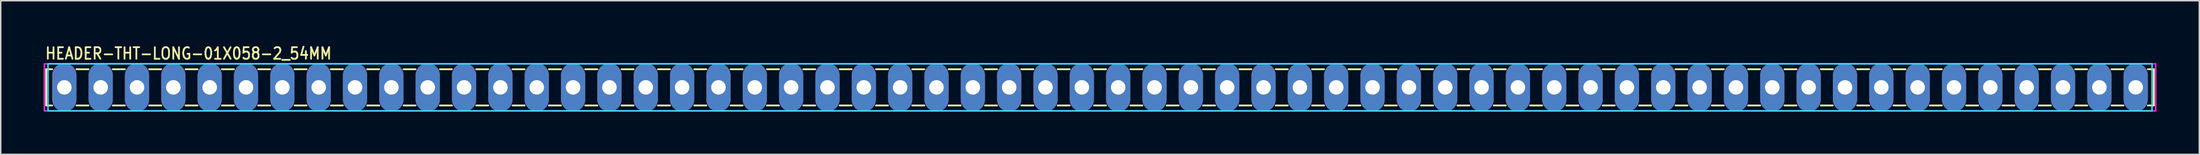
<source format=kicad_pcb>
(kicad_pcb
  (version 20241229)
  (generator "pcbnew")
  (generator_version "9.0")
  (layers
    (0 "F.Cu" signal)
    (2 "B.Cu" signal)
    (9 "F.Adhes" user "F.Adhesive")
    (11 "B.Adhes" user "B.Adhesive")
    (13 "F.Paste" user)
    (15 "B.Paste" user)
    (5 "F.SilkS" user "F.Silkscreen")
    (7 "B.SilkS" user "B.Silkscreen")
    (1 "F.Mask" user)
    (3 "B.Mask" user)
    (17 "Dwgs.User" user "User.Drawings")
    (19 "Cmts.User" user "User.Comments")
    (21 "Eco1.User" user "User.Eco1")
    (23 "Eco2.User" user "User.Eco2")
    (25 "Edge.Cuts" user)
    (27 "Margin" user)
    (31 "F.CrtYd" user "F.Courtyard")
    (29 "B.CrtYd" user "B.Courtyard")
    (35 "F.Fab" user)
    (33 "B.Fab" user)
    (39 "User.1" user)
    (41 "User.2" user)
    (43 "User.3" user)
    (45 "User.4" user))
  (footprint "HEADER-THT-LONG-01X058-2_54MM"
    (layer "F.Cu")
    (at 1.447 3.079)
    (property "Reference" "HEADER-THT-LONG-01X058-2_54MM" (at -1.4 -1.9 0) (unlocked yes) (layer "F.SilkS") (effects (font (size 0.813 0.695) (thickness 0.122)) (justify left bottom)))
    (fp_line (start -1.27 -1.27) (end -1.27 1.27) (stroke (width 0.127) (type solid)) (layer "F.SilkS"))
    (fp_line (start -1.27 1.27) (end -0.85 1.27) (stroke (width 0.127) (type solid)) (layer "F.SilkS"))
    (fp_line (start -0.85 -1.27) (end -1.27 -1.27) (stroke (width 0.127) (type solid)) (layer "F.SilkS"))
    (fp_line (start 0.85 -1.27) (end 1.69 -1.27) (stroke (width 0.127) (type solid)) (layer "F.SilkS"))
    (fp_line (start 0.85 1.27) (end 1.69 1.27) (stroke (width 0.127) (type solid)) (layer "F.SilkS"))
    (fp_line (start 3.39 -1.27) (end 4.23 -1.27) (stroke (width 0.127) (type solid)) (layer "F.SilkS"))
    (fp_line (start 3.39 1.27) (end 4.23 1.27) (stroke (width 0.127) (type solid)) (layer "F.SilkS"))
    (fp_line (start 5.93 -1.27) (end 6.77 -1.27) (stroke (width 0.127) (type solid)) (layer "F.SilkS"))
    (fp_line (start 5.93 1.27) (end 6.77 1.27) (stroke (width 0.127) (type solid)) (layer "F.SilkS"))
    (fp_line (start 8.47 -1.27) (end 9.31 -1.27) (stroke (width 0.127) (type solid)) (layer "F.SilkS"))
    (fp_line (start 8.47 1.27) (end 9.31 1.27) (stroke (width 0.127) (type solid)) (layer "F.SilkS"))
    (fp_line (start 11.01 -1.27) (end 11.85 -1.27) (stroke (width 0.127) (type solid)) (layer "F.SilkS"))
    (fp_line (start 11.01 1.27) (end 11.85 1.27) (stroke (width 0.127) (type solid)) (layer "F.SilkS"))
    (fp_line (start 13.55 -1.27) (end 14.39 -1.27) (stroke (width 0.127) (type solid)) (layer "F.SilkS"))
    (fp_line (start 13.55 1.27) (end 14.39 1.27) (stroke (width 0.127) (type solid)) (layer "F.SilkS"))
    (fp_line (start 16.09 -1.27) (end 16.93 -1.27) (stroke (width 0.127) (type solid)) (layer "F.SilkS"))
    (fp_line (start 16.09 1.27) (end 16.93 1.27) (stroke (width 0.127) (type solid)) (layer "F.SilkS"))
    (fp_line (start 18.63 -1.27) (end 19.47 -1.27) (stroke (width 0.127) (type solid)) (layer "F.SilkS"))
    (fp_line (start 18.63 1.27) (end 19.47 1.27) (stroke (width 0.127) (type solid)) (layer "F.SilkS"))
    (fp_line (start 21.17 -1.27) (end 22.01 -1.27) (stroke (width 0.127) (type solid)) (layer "F.SilkS"))
    (fp_line (start 21.17 1.27) (end 22.01 1.27) (stroke (width 0.127) (type solid)) (layer "F.SilkS"))
    (fp_line (start 23.71 -1.27) (end 24.55 -1.27) (stroke (width 0.127) (type solid)) (layer "F.SilkS"))
    (fp_line (start 23.71 1.27) (end 24.55 1.27) (stroke (width 0.127) (type solid)) (layer "F.SilkS"))
    (fp_line (start 26.25 -1.27) (end 27.09 -1.27) (stroke (width 0.127) (type solid)) (layer "F.SilkS"))
    (fp_line (start 26.25 1.27) (end 27.09 1.27) (stroke (width 0.127) (type solid)) (layer "F.SilkS"))
    (fp_line (start 28.79 -1.27) (end 29.63 -1.27) (stroke (width 0.127) (type solid)) (layer "F.SilkS"))
    (fp_line (start 28.79 1.27) (end 29.63 1.27) (stroke (width 0.127) (type solid)) (layer "F.SilkS"))
    (fp_line (start 31.33 -1.27) (end 32.17 -1.27) (stroke (width 0.127) (type solid)) (layer "F.SilkS"))
    (fp_line (start 31.33 1.27) (end 32.17 1.27) (stroke (width 0.127) (type solid)) (layer "F.SilkS"))
    (fp_line (start 33.87 -1.27) (end 34.71 -1.27) (stroke (width 0.127) (type solid)) (layer "F.SilkS"))
    (fp_line (start 33.87 1.27) (end 34.71 1.27) (stroke (width 0.127) (type solid)) (layer "F.SilkS"))
    (fp_line (start 36.41 -1.27) (end 37.25 -1.27) (stroke (width 0.127) (type solid)) (layer "F.SilkS"))
    (fp_line (start 36.41 1.27) (end 37.25 1.27) (stroke (width 0.127) (type solid)) (layer "F.SilkS"))
    (fp_line (start 38.95 -1.27) (end 39.79 -1.27) (stroke (width 0.127) (type solid)) (layer "F.SilkS"))
    (fp_line (start 38.95 1.27) (end 39.79 1.27) (stroke (width 0.127) (type solid)) (layer "F.SilkS"))
    (fp_line (start 41.49 -1.27) (end 42.33 -1.27) (stroke (width 0.127) (type solid)) (layer "F.SilkS"))
    (fp_line (start 41.49 1.27) (end 42.33 1.27) (stroke (width 0.127) (type solid)) (layer "F.SilkS"))
    (fp_line (start 44.03 -1.27) (end 44.87 -1.27) (stroke (width 0.127) (type solid)) (layer "F.SilkS"))
    (fp_line (start 44.03 1.27) (end 44.87 1.27) (stroke (width 0.127) (type solid)) (layer "F.SilkS"))
    (fp_line (start 46.57 -1.27) (end 47.41 -1.27) (stroke (width 0.127) (type solid)) (layer "F.SilkS"))
    (fp_line (start 46.57 1.27) (end 47.41 1.27) (stroke (width 0.127) (type solid)) (layer "F.SilkS"))
    (fp_line (start 49.11 -1.27) (end 49.95 -1.27) (stroke (width 0.127) (type solid)) (layer "F.SilkS"))
    (fp_line (start 49.11 1.27) (end 49.95 1.27) (stroke (width 0.127) (type solid)) (layer "F.SilkS"))
    (fp_line (start 51.65 -1.27) (end 52.49 -1.27) (stroke (width 0.127) (type solid)) (layer "F.SilkS"))
    (fp_line (start 51.65 1.27) (end 52.49 1.27) (stroke (width 0.127) (type solid)) (layer "F.SilkS"))
    (fp_line (start 54.19 -1.27) (end 55.03 -1.27) (stroke (width 0.127) (type solid)) (layer "F.SilkS"))
    (fp_line (start 54.19 1.27) (end 55.03 1.27) (stroke (width 0.127) (type solid)) (layer "F.SilkS"))
    (fp_line (start 56.73 -1.27) (end 57.57 -1.27) (stroke (width 0.127) (type solid)) (layer "F.SilkS"))
    (fp_line (start 56.73 1.27) (end 57.57 1.27) (stroke (width 0.127) (type solid)) (layer "F.SilkS"))
    (fp_line (start 59.27 -1.27) (end 60.11 -1.27) (stroke (width 0.127) (type solid)) (layer "F.SilkS"))
    (fp_line (start 59.27 1.27) (end 60.11 1.27) (stroke (width 0.127) (type solid)) (layer "F.SilkS"))
    (fp_line (start 61.81 -1.27) (end 62.65 -1.27) (stroke (width 0.127) (type solid)) (layer "F.SilkS"))
    (fp_line (start 61.81 1.27) (end 62.65 1.27) (stroke (width 0.127) (type solid)) (layer "F.SilkS"))
    (fp_line (start 64.35 -1.27) (end 65.19 -1.27) (stroke (width 0.127) (type solid)) (layer "F.SilkS"))
    (fp_line (start 64.35 1.27) (end 65.19 1.27) (stroke (width 0.127) (type solid)) (layer "F.SilkS"))
    (fp_line (start 66.89 -1.27) (end 67.73 -1.27) (stroke (width 0.127) (type solid)) (layer "F.SilkS"))
    (fp_line (start 66.89 1.27) (end 67.73 1.27) (stroke (width 0.127) (type solid)) (layer "F.SilkS"))
    (fp_line (start 69.43 -1.27) (end 70.27 -1.27) (stroke (width 0.127) (type solid)) (layer "F.SilkS"))
    (fp_line (start 69.43 1.27) (end 70.27 1.27) (stroke (width 0.127) (type solid)) (layer "F.SilkS"))
    (fp_line (start 71.97 -1.27) (end 72.81 -1.27) (stroke (width 0.127) (type solid)) (layer "F.SilkS"))
    (fp_line (start 71.97 1.27) (end 72.81 1.27) (stroke (width 0.127) (type solid)) (layer "F.SilkS"))
    (fp_line (start 74.51 -1.27) (end 75.35 -1.27) (stroke (width 0.127) (type solid)) (layer "F.SilkS"))
    (fp_line (start 74.51 1.27) (end 75.35 1.27) (stroke (width 0.127) (type solid)) (layer "F.SilkS"))
    (fp_line (start 77.05 -1.27) (end 77.89 -1.27) (stroke (width 0.127) (type solid)) (layer "F.SilkS"))
    (fp_line (start 77.05 1.27) (end 77.89 1.27) (stroke (width 0.127) (type solid)) (layer "F.SilkS"))
    (fp_line (start 79.59 -1.27) (end 80.43 -1.27) (stroke (width 0.127) (type solid)) (layer "F.SilkS"))
    (fp_line (start 79.59 1.27) (end 80.43 1.27) (stroke (width 0.127) (type solid)) (layer "F.SilkS"))
    (fp_line (start 82.13 -1.27) (end 82.97 -1.27) (stroke (width 0.127) (type solid)) (layer "F.SilkS"))
    (fp_line (start 82.13 1.27) (end 82.97 1.27) (stroke (width 0.127) (type solid)) (layer "F.SilkS"))
    (fp_line (start 84.67 -1.27) (end 85.51 -1.27) (stroke (width 0.127) (type solid)) (layer "F.SilkS"))
    (fp_line (start 84.67 1.27) (end 85.51 1.27) (stroke (width 0.127) (type solid)) (layer "F.SilkS"))
    (fp_line (start 87.21 -1.27) (end 88.05 -1.27) (stroke (width 0.127) (type solid)) (layer "F.SilkS"))
    (fp_line (start 87.21 1.27) (end 88.05 1.27) (stroke (width 0.127) (type solid)) (layer "F.SilkS"))
    (fp_line (start 89.75 -1.27) (end 90.59 -1.27) (stroke (width 0.127) (type solid)) (layer "F.SilkS"))
    (fp_line (start 89.75 1.27) (end 90.59 1.27) (stroke (width 0.127) (type solid)) (layer "F.SilkS"))
    (fp_line (start 92.29 -1.27) (end 93.13 -1.27) (stroke (width 0.127) (type solid)) (layer "F.SilkS"))
    (fp_line (start 92.29 1.27) (end 93.13 1.27) (stroke (width 0.127) (type solid)) (layer "F.SilkS"))
    (fp_line (start 94.83 -1.27) (end 95.67 -1.27) (stroke (width 0.127) (type solid)) (layer "F.SilkS"))
    (fp_line (start 94.83 1.27) (end 95.67 1.27) (stroke (width 0.127) (type solid)) (layer "F.SilkS"))
    (fp_line (start 97.37 -1.27) (end 98.21 -1.27) (stroke (width 0.127) (type solid)) (layer "F.SilkS"))
    (fp_line (start 97.37 1.27) (end 98.21 1.27) (stroke (width 0.127) (type solid)) (layer "F.SilkS"))
    (fp_line (start 99.91 -1.27) (end 100.75 -1.27) (stroke (width 0.127) (type solid)) (layer "F.SilkS"))
    (fp_line (start 99.91 1.27) (end 100.75 1.27) (stroke (width 0.127) (type solid)) (layer "F.SilkS"))
    (fp_line (start 102.45 -1.27) (end 103.29 -1.27) (stroke (width 0.127) (type solid)) (layer "F.SilkS"))
    (fp_line (start 102.45 1.27) (end 103.29 1.27) (stroke (width 0.127) (type solid)) (layer "F.SilkS"))
    (fp_line (start 104.99 -1.27) (end 105.83 -1.27) (stroke (width 0.127) (type solid)) (layer "F.SilkS"))
    (fp_line (start 104.99 1.27) (end 105.83 1.27) (stroke (width 0.127) (type solid)) (layer "F.SilkS"))
    (fp_line (start 107.53 -1.27) (end 108.37 -1.27) (stroke (width 0.127) (type solid)) (layer "F.SilkS"))
    (fp_line (start 107.53 1.27) (end 108.37 1.27) (stroke (width 0.127) (type solid)) (layer "F.SilkS"))
    (fp_line (start 110.07 -1.27) (end 110.91 -1.27) (stroke (width 0.127) (type solid)) (layer "F.SilkS"))
    (fp_line (start 110.07 1.27) (end 110.91 1.27) (stroke (width 0.127) (type solid)) (layer "F.SilkS"))
    (fp_line (start 112.61 -1.27) (end 113.45 -1.27) (stroke (width 0.127) (type solid)) (layer "F.SilkS"))
    (fp_line (start 112.61 1.27) (end 113.45 1.27) (stroke (width 0.127) (type solid)) (layer "F.SilkS"))
    (fp_line (start 115.15 -1.27) (end 115.99 -1.27) (stroke (width 0.127) (type solid)) (layer "F.SilkS"))
    (fp_line (start 115.15 1.27) (end 115.99 1.27) (stroke (width 0.127) (type solid)) (layer "F.SilkS"))
    (fp_line (start 117.69 -1.27) (end 118.53 -1.27) (stroke (width 0.127) (type solid)) (layer "F.SilkS"))
    (fp_line (start 117.69 1.27) (end 118.53 1.27) (stroke (width 0.127) (type solid)) (layer "F.SilkS"))
    (fp_line (start 120.23 -1.27) (end 121.07 -1.27) (stroke (width 0.127) (type solid)) (layer "F.SilkS"))
    (fp_line (start 120.23 1.27) (end 121.07 1.27) (stroke (width 0.127) (type solid)) (layer "F.SilkS"))
    (fp_line (start 122.77 -1.27) (end 123.61 -1.27) (stroke (width 0.127) (type solid)) (layer "F.SilkS"))
    (fp_line (start 122.77 1.27) (end 123.61 1.27) (stroke (width 0.127) (type solid)) (layer "F.SilkS"))
    (fp_line (start 125.31 -1.27) (end 126.15 -1.27) (stroke (width 0.127) (type solid)) (layer "F.SilkS"))
    (fp_line (start 125.31 1.27) (end 126.15 1.27) (stroke (width 0.127) (type solid)) (layer "F.SilkS"))
    (fp_line (start 127.85 -1.27) (end 128.69 -1.27) (stroke (width 0.127) (type solid)) (layer "F.SilkS"))
    (fp_line (start 127.85 1.27) (end 128.69 1.27) (stroke (width 0.127) (type solid)) (layer "F.SilkS"))
    (fp_line (start 130.39 -1.27) (end 131.23 -1.27) (stroke (width 0.127) (type solid)) (layer "F.SilkS"))
    (fp_line (start 130.39 1.27) (end 131.23 1.27) (stroke (width 0.127) (type solid)) (layer "F.SilkS"))
    (fp_line (start 132.93 -1.27) (end 133.77 -1.27) (stroke (width 0.127) (type solid)) (layer "F.SilkS"))
    (fp_line (start 132.93 1.27) (end 133.77 1.27) (stroke (width 0.127) (type solid)) (layer "F.SilkS"))
    (fp_line (start 135.47 -1.27) (end 136.31 -1.27) (stroke (width 0.127) (type solid)) (layer "F.SilkS"))
    (fp_line (start 135.47 1.27) (end 136.31 1.27) (stroke (width 0.127) (type solid)) (layer "F.SilkS"))
    (fp_line (start 138.01 -1.27) (end 138.85 -1.27) (stroke (width 0.127) (type solid)) (layer "F.SilkS"))
    (fp_line (start 138.01 1.27) (end 138.85 1.27) (stroke (width 0.127) (type solid)) (layer "F.SilkS"))
    (fp_line (start 140.55 -1.27) (end 141.39 -1.27) (stroke (width 0.127) (type solid)) (layer "F.SilkS"))
    (fp_line (start 140.55 1.27) (end 141.39 1.27) (stroke (width 0.127) (type solid)) (layer "F.SilkS"))
    (fp_line (start 143.09 -1.27) (end 143.93 -1.27) (stroke (width 0.127) (type solid)) (layer "F.SilkS"))
    (fp_line (start 143.09 1.27) (end 143.93 1.27) (stroke (width 0.127) (type solid)) (layer "F.SilkS"))
    (fp_line (start 145.63 -1.27) (end 146.05 -1.27) (stroke (width 0.127) (type solid)) (layer "F.SilkS"))
    (fp_line (start 146.05 -1.27) (end 146.05 1.27) (stroke (width 0.127) (type solid)) (layer "F.SilkS"))
    (fp_line (start 146.05 1.27) (end 145.63 1.27) (stroke (width 0.127) (type solid)) (layer "F.SilkS"))
    (fp_poly (pts (xy -1.143 -1.651) (xy 145.923 -1.651) (xy 145.923 1.651) (xy -1.143 1.651)) (stroke (width 0.1) (type solid)) (fill no) (layer "B.CrtYd"))
    (fp_poly (pts (xy -1.397 -1.651) (xy 146.177 -1.651) (xy 146.177 1.651) (xy -1.397 1.651)) (stroke (width 0.1) (type solid)) (fill no) (layer "F.CrtYd"))
    (pad "P$1" thru_hole oval (at 0 0 90) (size 3.387 1.693) (drill 1.016) (layers "*.Cu" "*.Mask"))
    (pad "P$2" thru_hole oval (at 2.54 0 90) (size 3.387 1.693) (drill 1.016) (layers "*.Cu" "*.Mask"))
    (pad "P$3" thru_hole oval (at 5.08 0 90) (size 3.387 1.693) (drill 1.016) (layers "*.Cu" "*.Mask"))
    (pad "P$4" thru_hole oval (at 7.62 0 90) (size 3.387 1.693) (drill 1.016) (layers "*.Cu" "*.Mask"))
    (pad "P$5" thru_hole oval (at 10.16 0 90) (size 3.387 1.693) (drill 1.016) (layers "*.Cu" "*.Mask"))
    (pad "P$6" thru_hole oval (at 12.7 0 90) (size 3.387 1.693) (drill 1.016) (layers "*.Cu" "*.Mask"))
    (pad "P$7" thru_hole oval (at 15.24 0 90) (size 3.387 1.693) (drill 1.016) (layers "*.Cu" "*.Mask"))
    (pad "P$8" thru_hole oval (at 17.78 0 90) (size 3.387 1.693) (drill 1.016) (layers "*.Cu" "*.Mask"))
    (pad "P$9" thru_hole oval (at 20.32 0 90) (size 3.387 1.693) (drill 1.016) (layers "*.Cu" "*.Mask"))
    (pad "P$10" thru_hole oval (at 22.86 0 90) (size 3.387 1.693) (drill 1.016) (layers "*.Cu" "*.Mask"))
    (pad "P$11" thru_hole oval (at 25.4 0 90) (size 3.387 1.693) (drill 1.016) (layers "*.Cu" "*.Mask"))
    (pad "P$12" thru_hole oval (at 27.94 0 90) (size 3.387 1.693) (drill 1.016) (layers "*.Cu" "*.Mask"))
    (pad "P$13" thru_hole oval (at 30.48 0 90) (size 3.387 1.693) (drill 1.016) (layers "*.Cu" "*.Mask"))
    (pad "P$14" thru_hole oval (at 33.02 0 90) (size 3.387 1.693) (drill 1.016) (layers "*.Cu" "*.Mask"))
    (pad "P$15" thru_hole oval (at 35.56 0 90) (size 3.387 1.693) (drill 1.016) (layers "*.Cu" "*.Mask"))
    (pad "P$16" thru_hole oval (at 38.1 0 90) (size 3.387 1.693) (drill 1.016) (layers "*.Cu" "*.Mask"))
    (pad "P$17" thru_hole oval (at 40.64 0 90) (size 3.387 1.693) (drill 1.016) (layers "*.Cu" "*.Mask"))
    (pad "P$18" thru_hole oval (at 43.18 0 90) (size 3.387 1.693) (drill 1.016) (layers "*.Cu" "*.Mask"))
    (pad "P$19" thru_hole oval (at 45.72 0 90) (size 3.387 1.693) (drill 1.016) (layers "*.Cu" "*.Mask"))
    (pad "P$20" thru_hole oval (at 48.26 0 90) (size 3.387 1.693) (drill 1.016) (layers "*.Cu" "*.Mask"))
    (pad "P$21" thru_hole oval (at 50.8 0 90) (size 3.387 1.693) (drill 1.016) (layers "*.Cu" "*.Mask"))
    (pad "P$22" thru_hole oval (at 53.34 0 90) (size 3.387 1.693) (drill 1.016) (layers "*.Cu" "*.Mask"))
    (pad "P$23" thru_hole oval (at 55.88 0 90) (size 3.387 1.693) (drill 1.016) (layers "*.Cu" "*.Mask"))
    (pad "P$24" thru_hole oval (at 58.42 0 90) (size 3.387 1.693) (drill 1.016) (layers "*.Cu" "*.Mask"))
    (pad "P$25" thru_hole oval (at 60.96 0 90) (size 3.387 1.693) (drill 1.016) (layers "*.Cu" "*.Mask"))
    (pad "P$26" thru_hole oval (at 63.5 0 90) (size 3.387 1.693) (drill 1.016) (layers "*.Cu" "*.Mask"))
    (pad "P$27" thru_hole oval (at 66.04 0 90) (size 3.387 1.693) (drill 1.016) (layers "*.Cu" "*.Mask"))
    (pad "P$28" thru_hole oval (at 68.58 0 90) (size 3.387 1.693) (drill 1.016) (layers "*.Cu" "*.Mask"))
    (pad "P$29" thru_hole oval (at 71.12 0 90) (size 3.387 1.693) (drill 1.016) (layers "*.Cu" "*.Mask"))
    (pad "P$30" thru_hole oval (at 73.66 0 90) (size 3.387 1.693) (drill 1.016) (layers "*.Cu" "*.Mask"))
    (pad "P$31" thru_hole oval (at 76.2 0 90) (size 3.387 1.693) (drill 1.016) (layers "*.Cu" "*.Mask"))
    (pad "P$32" thru_hole oval (at 78.74 0 90) (size 3.387 1.693) (drill 1.016) (layers "*.Cu" "*.Mask"))
    (pad "P$33" thru_hole oval (at 81.28 0 90) (size 3.387 1.693) (drill 1.016) (layers "*.Cu" "*.Mask"))
    (pad "P$34" thru_hole oval (at 83.82 0 90) (size 3.387 1.693) (drill 1.016) (layers "*.Cu" "*.Mask"))
    (pad "P$35" thru_hole oval (at 86.36 0 90) (size 3.387 1.693) (drill 1.016) (layers "*.Cu" "*.Mask"))
    (pad "P$36" thru_hole oval (at 88.9 0 90) (size 3.387 1.693) (drill 1.016) (layers "*.Cu" "*.Mask"))
    (pad "P$37" thru_hole oval (at 91.44 0 90) (size 3.387 1.693) (drill 1.016) (layers "*.Cu" "*.Mask"))
    (pad "P$38" thru_hole oval (at 93.98 0 90) (size 3.387 1.693) (drill 1.016) (layers "*.Cu" "*.Mask"))
    (pad "P$39" thru_hole oval (at 96.52 0 90) (size 3.387 1.693) (drill 1.016) (layers "*.Cu" "*.Mask"))
    (pad "P$40" thru_hole oval (at 99.06 0 90) (size 3.387 1.693) (drill 1.016) (layers "*.Cu" "*.Mask"))
    (pad "P$41" thru_hole oval (at 101.6 0 90) (size 3.387 1.693) (drill 1.016) (layers "*.Cu" "*.Mask"))
    (pad "P$42" thru_hole oval (at 104.14 0 90) (size 3.387 1.693) (drill 1.016) (layers "*.Cu" "*.Mask"))
    (pad "P$43" thru_hole oval (at 106.68 0 90) (size 3.387 1.693) (drill 1.016) (layers "*.Cu" "*.Mask"))
    (pad "P$44" thru_hole oval (at 109.22 0 90) (size 3.387 1.693) (drill 1.016) (layers "*.Cu" "*.Mask"))
    (pad "P$45" thru_hole oval (at 111.76 0 90) (size 3.387 1.693) (drill 1.016) (layers "*.Cu" "*.Mask"))
    (pad "P$46" thru_hole oval (at 114.3 0 90) (size 3.387 1.693) (drill 1.016) (layers "*.Cu" "*.Mask"))
    (pad "P$47" thru_hole oval (at 116.84 0 90) (size 3.387 1.693) (drill 1.016) (layers "*.Cu" "*.Mask"))
    (pad "P$48" thru_hole oval (at 119.38 0 90) (size 3.387 1.693) (drill 1.016) (layers "*.Cu" "*.Mask"))
    (pad "P$49" thru_hole oval (at 121.92 0 90) (size 3.387 1.693) (drill 1.016) (layers "*.Cu" "*.Mask"))
    (pad "P$50" thru_hole oval (at 124.46 0 90) (size 3.387 1.693) (drill 1.016) (layers "*.Cu" "*.Mask"))
    (pad "P$51" thru_hole oval (at 127 0 90) (size 3.387 1.693) (drill 1.016) (layers "*.Cu" "*.Mask"))
    (pad "P$52" thru_hole oval (at 129.54 0 90) (size 3.387 1.693) (drill 1.016) (layers "*.Cu" "*.Mask"))
    (pad "P$53" thru_hole oval (at 132.08 0 90) (size 3.387 1.693) (drill 1.016) (layers "*.Cu" "*.Mask"))
    (pad "P$54" thru_hole oval (at 134.62 0 90) (size 3.387 1.693) (drill 1.016) (layers "*.Cu" "*.Mask"))
    (pad "P$55" thru_hole oval (at 137.16 0 90) (size 3.387 1.693) (drill 1.016) (layers "*.Cu" "*.Mask"))
    (pad "P$56" thru_hole oval (at 139.7 0 90) (size 3.387 1.693) (drill 1.016) (layers "*.Cu" "*.Mask"))
    (pad "P$57" thru_hole oval (at 142.24 0 90) (size 3.387 1.693) (drill 1.016) (layers "*.Cu" "*.Mask"))
    (pad "P$58" thru_hole oval (at 144.78 0 90) (size 3.387 1.693) (drill 1.016) (layers "*.Cu" "*.Mask")))
  (gr_rect
    (start -3 -3)
    (end 150.674 7.78)
    (stroke (width 0.1) (type default))
    (fill no)
    (layer "Edge.Cuts")))
</source>
